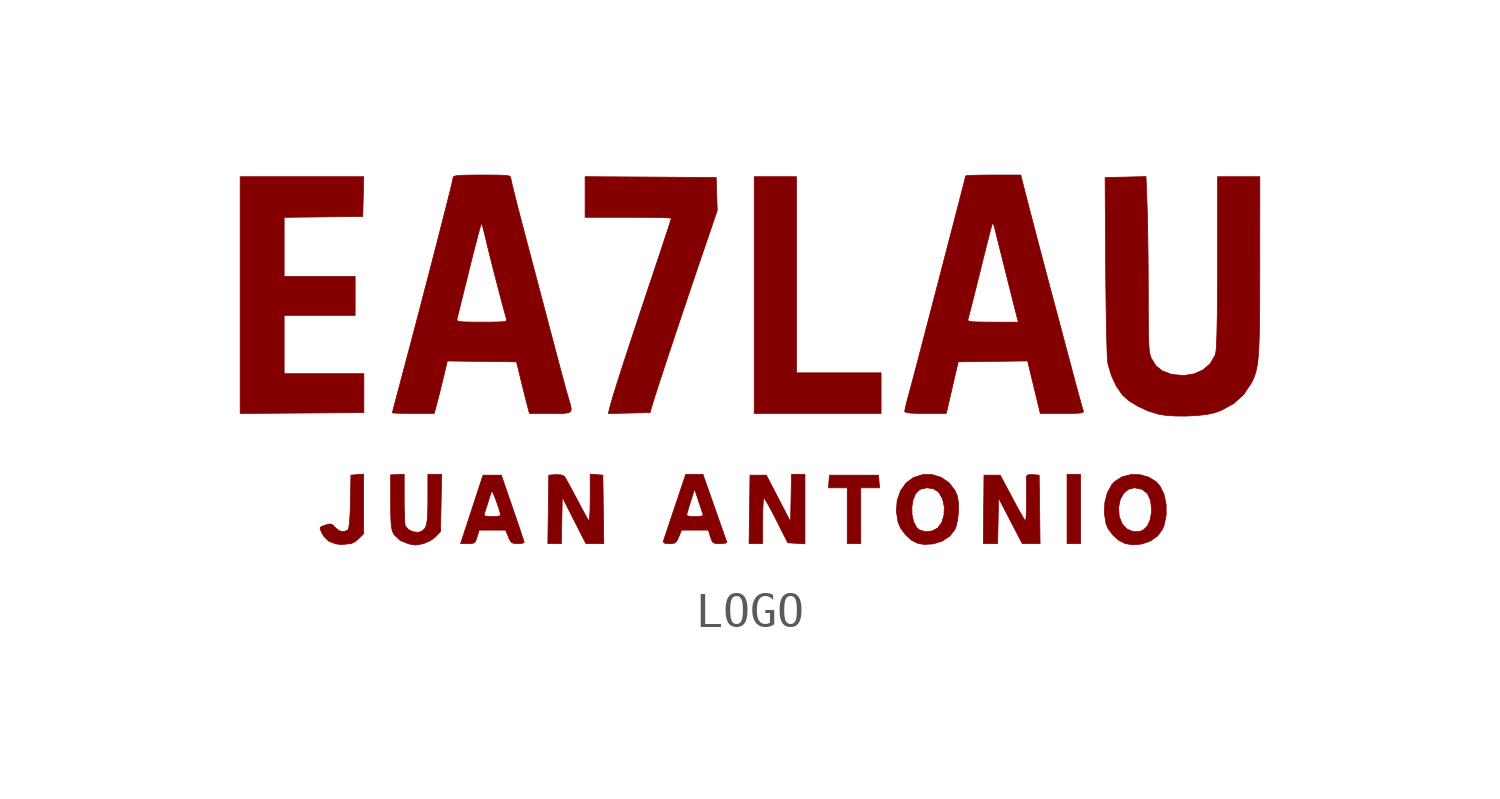
<source format=kicad_sym>
(kicad_symbol_lib
  (version 20220914)
  (generator "bitmap2component")
  (generator_version "9.0")
  (symbol "LOGO"
    (pin_names
      (offset 1.016))
    (property "Reference" "#G"
      (at 0 24.374 0)
      (effects (font (size 1.27 1.27)) hide))
    (symbol "LOGO_0_0"
      (polyline (pts (xy -11.552 -5.931) (xy -11.492 -5.922) (xy -11.365 -5.911) (xy -11.345 -5.908) (xy -11.245 -5.859) (xy -11.133 -5.768) (xy -10.99 -5.625) (xy -10.99 -4.763) (xy -10.99 -3.902) (xy -11.174 -3.917) (xy -11.357 -3.932) (xy -11.37 -4.686) (xy -11.371 -4.748) (xy -11.381 -5.038) (xy -11.396 -5.27) (xy -11.415 -5.429) (xy -11.437 -5.504) (xy -11.454 -5.522) (xy -11.566 -5.566) (xy -11.697 -5.538) (xy -11.816 -5.442) (xy -11.821 -5.435) (xy -11.894 -5.358) (xy -11.968 -5.341) (xy -12.088 -5.372) (xy -12.172 -5.401) (xy -12.243 -5.44) (xy -12.244 -5.499) (xy -12.19 -5.611) (xy -12.134 -5.705) (xy -12 -5.837) (xy -11.808 -5.913) (xy -11.668 -5.934) (xy -11.552 -5.931)) (stroke (width 0.01) (type default)) (fill (type outline)))
      (polyline (pts (xy -9.399 -5.94) (xy -9.258 -5.906) (xy -9.237 -5.9) (xy -9.056 -5.82) (xy -8.907 -5.707) (xy -8.768 -5.562) (xy -8.752 -4.735) (xy -8.737 -3.908) (xy -8.936 -3.908) (xy -9.134 -3.908) (xy -9.134 -4.619) (xy -9.134 -4.71) (xy -9.139 -5.004) (xy -9.152 -5.218) (xy -9.177 -5.367) (xy -9.218 -5.466) (xy -9.278 -5.529) (xy -9.36 -5.571) (xy -9.415 -5.584) (xy -9.564 -5.567) (xy -9.703 -5.499) (xy -9.788 -5.395) (xy -9.792 -5.379) (xy -9.802 -5.273) (xy -9.81 -5.097) (xy -9.816 -4.87) (xy -9.818 -4.612) (xy -9.818 -3.908) (xy -10.014 -3.916) (xy -10.209 -3.924) (xy -10.209 -4.702) (xy -10.209 -4.799) (xy -10.206 -5.085) (xy -10.198 -5.294) (xy -10.183 -5.441) (xy -10.161 -5.543) (xy -10.13 -5.614) (xy -10.098 -5.662) (xy -9.932 -5.819) (xy -9.696 -5.914) (xy -9.581 -5.94) (xy -9.491 -5.951) (xy -9.399 -5.94)) (stroke (width 0.01) (type default)) (fill (type outline)))
      (polyline (pts (xy 5.47 -5.917) (xy 5.725 -5.835) (xy 5.939 -5.696) (xy 6.087 -5.508) (xy 6.127 -5.406) (xy 6.173 -5.192) (xy 6.195 -4.947) (xy 6.191 -4.713) (xy 6.158 -4.528) (xy 6.087 -4.366) (xy 5.915 -4.148) (xy 5.69 -3.996) (xy 5.432 -3.916) (xy 5.158 -3.916) (xy 4.887 -4.004) (xy 4.676 -4.162) (xy 4.518 -4.388) (xy 4.423 -4.663) (xy 4.408 -4.851) (xy 4.846 -4.851) (xy 4.882 -4.639) (xy 4.957 -4.464) (xy 5.073 -4.351) (xy 5.095 -4.34) (xy 5.28 -4.297) (xy 5.466 -4.324) (xy 5.613 -4.416) (xy 5.63 -4.436) (xy 5.735 -4.623) (xy 5.784 -4.849) (xy 5.775 -5.084) (xy 5.712 -5.297) (xy 5.593 -5.458) (xy 5.432 -5.544) (xy 5.239 -5.565) (xy 5.063 -5.513) (xy 4.981 -5.44) (xy 4.896 -5.278) (xy 4.851 -5.073) (xy 4.846 -4.851) (xy 4.408 -4.851) (xy 4.398 -4.969) (xy 4.449 -5.291) (xy 4.522 -5.461) (xy 4.664 -5.655) (xy 4.839 -5.812) (xy 5.021 -5.903) (xy 5.198 -5.933) (xy 5.47 -5.917)) (stroke (width 0.01) (type default)) (fill (type outline)))
      (polyline (pts (xy 11.487 -5.922) (xy 11.736 -5.834) (xy 11.943 -5.69) (xy 12.084 -5.5) (xy 12.131 -5.383) (xy 12.193 -5.087) (xy 12.191 -4.777) (xy 12.13 -4.484) (xy 12.009 -4.24) (xy 11.903 -4.123) (xy 11.687 -3.989) (xy 11.435 -3.919) (xy 11.171 -3.916) (xy 10.918 -3.982) (xy 10.703 -4.119) (xy 10.626 -4.202) (xy 10.496 -4.435) (xy 10.421 -4.718) (xy 10.414 -4.868) (xy 10.819 -4.868) (xy 10.863 -4.645) (xy 10.959 -4.464) (xy 11.098 -4.343) (xy 11.271 -4.298) (xy 11.287 -4.299) (xy 11.499 -4.342) (xy 11.651 -4.463) (xy 11.742 -4.66) (xy 11.772 -4.933) (xy 11.771 -4.975) (xy 11.735 -5.213) (xy 11.652 -5.401) (xy 11.53 -5.518) (xy 11.43 -5.558) (xy 11.24 -5.564) (xy 11.065 -5.49) (xy 10.926 -5.345) (xy 10.841 -5.141) (xy 10.836 -5.115) (xy 10.819 -4.868) (xy 10.414 -4.868) (xy 10.406 -5.027) (xy 10.456 -5.337) (xy 10.51 -5.466) (xy 10.646 -5.654) (xy 10.821 -5.812) (xy 11.003 -5.907) (xy 11.22 -5.944) (xy 11.487 -5.922)) (stroke (width 0.01) (type default)) (fill (type outline)))
      (polyline (pts (xy -7.912 -5.91) (xy -7.81 -5.894) (xy -7.755 -5.838) (xy -7.712 -5.715) (xy -7.653 -5.52) (xy -7.27 -5.52) (xy -6.886 -5.52) (xy -6.808 -5.715) (xy -6.791 -5.758) (xy -6.735 -5.86) (xy -6.664 -5.902) (xy -6.54 -5.91) (xy -6.501 -5.91) (xy -6.394 -5.897) (xy -6.353 -5.874) (xy -6.354 -5.868) (xy -6.378 -5.791) (xy -6.427 -5.64) (xy -6.498 -5.429) (xy -6.585 -5.173) (xy -6.684 -4.885) (xy -7.012 -3.932) (xy -7.277 -3.932) (xy -7.541 -3.932) (xy -7.865 -4.921) (xy -7.913 -5.068) (xy -7.51 -5.068) (xy -7.494 -5.019) (xy -7.454 -4.896) (xy -7.404 -4.738) (xy -7.368 -4.624) (xy -7.322 -4.481) (xy -7.295 -4.396) (xy -7.282 -4.399) (xy -7.245 -4.465) (xy -7.194 -4.583) (xy -7.139 -4.729) (xy -7.088 -4.879) (xy -7.05 -5.008) (xy -7.035 -5.092) (xy -7.052 -5.106) (xy -7.142 -5.122) (xy -7.283 -5.129) (xy -7.397 -5.125) (xy -7.493 -5.106) (xy -7.51 -5.068) (xy -7.913 -5.068) (xy -8.189 -5.91) (xy -7.98 -5.91) (xy -7.912 -5.91)) (stroke (width 0.01) (type default)) (fill (type outline)))
      (polyline (pts (xy -5.265 -5.239) (xy -5.251 -4.567) (xy -4.91 -5.239) (xy -4.569 -5.91) (xy -4.311 -5.91) (xy -4.052 -5.91) (xy -4.066 -4.921) (xy -4.079 -3.932) (xy -4.262 -3.917) (xy -4.445 -3.902) (xy -4.445 -4.598) (xy -4.446 -4.7) (xy -4.45 -4.93) (xy -4.459 -5.109) (xy -4.472 -5.22) (xy -4.487 -5.248) (xy -4.492 -5.242) (xy -4.537 -5.166) (xy -4.616 -5.024) (xy -4.718 -4.835) (xy -4.834 -4.616) (xy -4.86 -4.567) (xy -4.974 -4.35) (xy -5.075 -4.165) (xy -5.15 -4.032) (xy -5.191 -3.966) (xy -5.195 -3.962) (xy -5.288 -3.923) (xy -5.442 -3.917) (xy -5.642 -3.932) (xy -5.655 -4.921) (xy -5.668 -5.91) (xy -5.473 -5.91) (xy -5.278 -5.91) (xy -5.265 -5.239)) (stroke (width 0.01) (type default)) (fill (type outline)))
      (polyline (pts (xy -0.633 -5.909) (xy -0.53 -5.894) (xy -0.497 -5.87) (xy -0.499 -5.863) (xy -0.528 -5.783) (xy -0.583 -5.63) (xy -0.658 -5.416) (xy -0.749 -5.158) (xy -0.851 -4.868) (xy -1.189 -3.908) (xy -1.437 -3.908) (xy -1.685 -3.908) (xy -2 -4.848) (xy -2.02 -4.907) (xy -2.082 -5.092) (xy -1.66 -5.092) (xy -1.659 -5.087) (xy -1.64 -5.01) (xy -1.599 -4.87) (xy -1.544 -4.694) (xy -1.429 -4.333) (xy -1.318 -4.67) (xy -1.314 -4.682) (xy -1.257 -4.855) (xy -1.21 -4.993) (xy -1.184 -5.068) (xy -1.188 -5.096) (xy -1.257 -5.121) (xy -1.411 -5.129) (xy -1.504 -5.126) (xy -1.617 -5.113) (xy -1.66 -5.092) (xy -2.082 -5.092) (xy -2.115 -5.191) (xy -2.199 -5.442) (xy -2.267 -5.645) (xy -2.314 -5.786) (xy -2.335 -5.849) (xy -2.337 -5.862) (xy -2.293 -5.899) (xy -2.16 -5.91) (xy -2.113 -5.91) (xy -2.007 -5.895) (xy -1.944 -5.838) (xy -1.886 -5.715) (xy -1.808 -5.52) (xy -1.419 -5.52) (xy -1.03 -5.52) (xy -0.971 -5.715) (xy -0.948 -5.788) (xy -0.905 -5.872) (xy -0.832 -5.905) (xy -0.697 -5.91) (xy -0.633 -5.909)) (stroke (width 0.01) (type default)) (fill (type outline)))
      (polyline (pts (xy 1.758 -4.912) (xy 1.758 -3.908) (xy 1.564 -3.908) (xy 1.37 -3.908) (xy 1.357 -4.595) (xy 1.343 -5.282) (xy 0.993 -4.607) (xy 0.643 -3.932) (xy 0.407 -3.932) (xy 0.171 -3.932) (xy 0.158 -4.921) (xy 0.144 -5.91) (xy 0.341 -5.91) (xy 0.537 -5.91) (xy 0.537 -5.251) (xy 0.537 -5.183) (xy 0.541 -4.951) (xy 0.549 -4.764) (xy 0.56 -4.639) (xy 0.574 -4.594) (xy 0.584 -4.603) (xy 0.635 -4.68) (xy 0.716 -4.822) (xy 0.82 -5.015) (xy 0.936 -5.241) (xy 1.262 -5.886) (xy 1.51 -5.901) (xy 1.758 -5.915) (xy 1.758 -4.912)) (stroke (width 0.01) (type default)) (fill (type outline)))
      (polyline (pts (xy 3.37 -5.104) (xy 3.37 -4.298) (xy 3.642 -4.298) (xy 3.914 -4.298) (xy 3.898 -4.115) (xy 3.883 -3.932) (xy 3.175 -3.932) (xy 2.467 -3.932) (xy 2.452 -4.115) (xy 2.436 -4.298) (xy 2.708 -4.298) (xy 2.98 -4.298) (xy 2.98 -5.104) (xy 2.98 -5.91) (xy 3.175 -5.91) (xy 3.37 -5.91) (xy 3.37 -5.104)) (stroke (width 0.01) (type default)) (fill (type outline)))
      (polyline (pts (xy 7.338 -5.25) (xy 7.351 -4.59) (xy 7.693 -5.25) (xy 8.035 -5.909) (xy 8.293 -5.91) (xy 8.55 -5.91) (xy 8.537 -4.921) (xy 8.524 -3.932) (xy 8.341 -3.917) (xy 8.324 -3.916) (xy 8.197 -3.922) (xy 8.155 -3.966) (xy 8.155 -3.97) (xy 8.154 -4.053) (xy 8.155 -4.21) (xy 8.155 -4.42) (xy 8.157 -4.663) (xy 8.158 -4.715) (xy 8.155 -4.939) (xy 8.148 -5.115) (xy 8.137 -5.227) (xy 8.123 -5.258) (xy 8.112 -5.243) (xy 8.059 -5.154) (xy 7.973 -5.003) (xy 7.864 -4.805) (xy 7.742 -4.576) (xy 7.399 -3.932) (xy 7.165 -3.932) (xy 6.93 -3.932) (xy 6.921 -4.921) (xy 6.912 -5.91) (xy 7.118 -5.91) (xy 7.324 -5.91) (xy 7.338 -5.25)) (stroke (width 0.01) (type default)) (fill (type outline)))
      (polyline (pts (xy 9.72 -4.909) (xy 9.72 -3.908) (xy 9.525 -3.908) (xy 9.33 -3.908) (xy 9.33 -4.909) (xy 9.33 -5.91) (xy 9.525 -5.91) (xy 9.72 -5.91) (xy 9.72 -4.909)) (stroke (width 0.01) (type default)) (fill (type outline)))
      (polyline (pts (xy 13.101 -2.208) (xy 13.383 -2.176) (xy 13.6 -2.128) (xy 13.784 -2.06) (xy 14.145 -1.862) (xy 14.436 -1.597) (xy 14.657 -1.263) (xy 14.672 -1.234) (xy 14.72 -1.131) (xy 14.761 -1.024) (xy 14.794 -0.904) (xy 14.822 -0.764) (xy 14.845 -0.594) (xy 14.862 -0.386) (xy 14.875 -0.131) (xy 14.884 0.178) (xy 14.891 0.551) (xy 14.895 0.996) (xy 14.896 1.522) (xy 14.897 2.137) (xy 14.898 4.689) (xy 14.287 4.689) (xy 13.677 4.689) (xy 13.677 2.235) (xy 13.676 1.666) (xy 13.673 1.077) (xy 13.667 0.585) (xy 13.659 0.19) (xy 13.649 -0.108) (xy 13.637 -0.309) (xy 13.622 -0.414) (xy 13.599 -0.484) (xy 13.463 -0.714) (xy 13.259 -0.89) (xy 13.001 -1.006) (xy 12.705 -1.054) (xy 12.385 -1.026) (xy 12.341 -1.017) (xy 12.086 -0.924) (xy 11.901 -0.778) (xy 11.767 -0.566) (xy 11.763 -0.556) (xy 11.739 -0.494) (xy 11.72 -0.421) (xy 11.705 -0.326) (xy 11.694 -0.197) (xy 11.686 -0.025) (xy 11.681 0.202) (xy 11.678 0.495) (xy 11.676 0.863) (xy 11.675 1.319) (xy 11.675 1.509) (xy 11.673 1.96) (xy 11.669 2.413) (xy 11.664 2.849) (xy 11.657 3.246) (xy 11.65 3.586) (xy 11.642 3.848) (xy 11.61 4.692) (xy 11.019 4.678) (xy 10.429 4.665) (xy 10.445 2.125) (xy 10.445 1.983) (xy 10.45 1.49) (xy 10.456 1.022) (xy 10.462 0.589) (xy 10.47 0.202) (xy 10.478 -0.128) (xy 10.487 -0.392) (xy 10.496 -0.579) (xy 10.505 -0.679) (xy 10.514 -0.726) (xy 10.61 -1.053) (xy 10.755 -1.364) (xy 10.932 -1.619) (xy 11.12 -1.785) (xy 11.378 -1.944) (xy 11.673 -2.079) (xy 11.975 -2.172) (xy 12.179 -2.205) (xy 12.467 -2.224) (xy 12.785 -2.225) (xy 13.101 -2.208)) (stroke (width 0.01) (type default)) (fill (type outline)))
      (polyline (pts (xy -12.77 -2.138) (xy -10.983 -2.125) (xy -10.983 -1.563) (xy -10.983 -1.001) (xy -12.135 -1.001) (xy -13.286 -1.001) (xy -13.286 -0.159) (xy -13.286 0.684) (xy -12.26 0.684) (xy -11.235 0.684) (xy -11.235 1.246) (xy -11.235 1.807) (xy -12.26 1.807) (xy -13.286 1.807) (xy -13.286 2.661) (xy -13.286 3.515) (xy -12.15 3.528) (xy -11.015 3.541) (xy -11.001 4.115) (xy -10.987 4.689) (xy -12.772 4.689) (xy -14.556 4.689) (xy -14.556 1.269) (xy -14.556 -2.15) (xy -12.77 -2.138)) (stroke (width 0.01) (type default)) (fill (type outline)))
      (polyline (pts (xy -5.196 -2.146) (xy -5.068 -2.129) (xy -5.005 -2.087) (xy -4.993 -2.009) (xy -5.02 -1.884) (xy -5.075 -1.702) (xy -5.111 -1.577) (xy -5.168 -1.369) (xy -5.241 -1.1) (xy -5.326 -0.783) (xy -5.418 -0.435) (xy -5.514 -0.073) (xy -5.538 0.018) (xy -5.646 0.429) (xy -5.771 0.902) (xy -5.905 1.412) (xy -6.043 1.933) (xy -6.177 2.44) (xy -6.3 2.906) (xy -6.388 3.241) (xy -6.484 3.607) (xy -6.569 3.937) (xy -6.639 4.218) (xy -6.694 4.438) (xy -6.728 4.587) (xy -6.74 4.653) (xy -6.742 4.669) (xy -6.76 4.696) (xy -6.807 4.715) (xy -6.899 4.727) (xy -7.048 4.734) (xy -7.267 4.737) (xy -7.571 4.738) (xy -7.722 4.738) (xy -7.997 4.735) (xy -8.191 4.728) (xy -8.316 4.716) (xy -8.382 4.698) (xy -8.402 4.673) (xy -8.414 4.611) (xy -8.448 4.463) (xy -8.503 4.238) (xy -8.576 3.946) (xy -8.665 3.594) (xy -8.768 3.192) (xy -8.881 2.749) (xy -9.004 2.274) (xy -9.133 1.775) (xy -9.267 1.262) (xy -9.402 0.742) (xy -9.455 0.541) (xy -8.295 0.541) (xy -8.293 0.574) (xy -8.292 0.579) (xy -8.272 0.662) (xy -8.231 0.824) (xy -8.175 1.054) (xy -8.104 1.337) (xy -8.024 1.661) (xy -7.937 2.014) (xy -7.918 2.092) (xy -7.833 2.432) (xy -7.755 2.735) (xy -7.688 2.99) (xy -7.635 3.186) (xy -7.599 3.309) (xy -7.583 3.35) (xy -7.573 3.323) (xy -7.543 3.218) (xy -7.501 3.054) (xy -7.452 2.85) (xy -7.421 2.718) (xy -7.362 2.479) (xy -7.292 2.201) (xy -7.216 1.901) (xy -7.137 1.595) (xy -7.06 1.301) (xy -6.99 1.035) (xy -6.93 0.813) (xy -6.885 0.653) (xy -6.86 0.571) (xy -6.858 0.566) (xy -6.856 0.536) (xy -6.885 0.514) (xy -6.958 0.501) (xy -7.087 0.493) (xy -7.287 0.489) (xy -7.572 0.488) (xy -7.636 0.488) (xy -7.902 0.49) (xy -8.088 0.494) (xy -8.206 0.503) (xy -8.27 0.518) (xy -8.295 0.541) (xy -9.455 0.541) (xy -9.538 0.226) (xy -9.671 -0.278) (xy -9.799 -0.761) (xy -9.92 -1.215) (xy -9.924 -1.232) (xy -9.999 -1.511) (xy -10.063 -1.756) (xy -10.114 -1.95) (xy -10.148 -2.08) (xy -10.16 -2.131) (xy -10.16 -2.132) (xy -10.106 -2.139) (xy -9.975 -2.144) (xy -9.785 -2.148) (xy -9.555 -2.149) (xy -8.95 -2.149) (xy -8.85 -1.771) (xy -8.792 -1.546) (xy -8.722 -1.265) (xy -8.661 -1.013) (xy -8.572 -0.634) (xy -7.573 -0.647) (xy -6.573 -0.659) (xy -6.443 -1.197) (xy -6.399 -1.374) (xy -6.341 -1.608) (xy -6.291 -1.807) (xy -6.256 -1.942) (xy -6.2 -2.149) (xy -5.591 -2.149) (xy -5.401 -2.15) (xy -5.196 -2.146)) (stroke (width 0.01) (type default)) (fill (type outline)))
      (polyline (pts (xy -3.317 -2.139) (xy -2.715 -2.125) (xy -2.667 -1.954) (xy -2.636 -1.851) (xy -2.574 -1.653) (xy -2.487 -1.382) (xy -2.379 -1.05) (xy -2.253 -0.666) (xy -2.112 -0.242) (xy -1.961 0.212) (xy -1.803 0.686) (xy -1.641 1.167) (xy -1.479 1.647) (xy -1.321 2.114) (xy -0.775 3.714) (xy -0.791 4.189) (xy -0.806 4.665) (xy -2.699 4.678) (xy -4.592 4.69) (xy -4.592 4.104) (xy -4.592 3.517) (xy -3.346 3.517) (xy -3.052 3.516) (xy -2.744 3.514) (xy -2.482 3.509) (xy -2.279 3.504) (xy -2.147 3.497) (xy -2.1 3.49) (xy -2.111 3.454) (xy -2.149 3.333) (xy -2.213 3.137) (xy -2.3 2.875) (xy -2.405 2.557) (xy -2.527 2.19) (xy -2.662 1.786) (xy -2.807 1.353) (xy -2.965 0.879) (xy -3.189 0.203) (xy -3.384 -0.39) (xy -3.549 -0.896) (xy -3.682 -1.316) (xy -3.785 -1.648) (xy -3.856 -1.89) (xy -3.895 -2.041) (xy -3.92 -2.152) (xy -3.317 -2.139)) (stroke (width 0.01) (type default)) (fill (type outline)))
      (polyline (pts (xy 3.957 -1.563) (xy 3.957 -0.977) (xy 2.735 -0.977) (xy 1.514 -0.977) (xy 1.514 1.856) (xy 1.514 4.689) (xy 0.904 4.689) (xy 0.293 4.689) (xy 0.293 1.27) (xy 0.293 -2.149) (xy 2.125 -2.149) (xy 3.957 -2.149) (xy 3.957 -1.563)) (stroke (width 0.01) (type default)) (fill (type outline)))
      (polyline (pts (xy 5.979 -1.551) (xy 5.979 -1.55) (xy 6.035 -1.306) (xy 6.086 -1.085) (xy 6.127 -0.91) (xy 6.151 -0.806) (xy 6.185 -0.659) (xy 7.187 -0.646) (xy 8.19 -0.633) (xy 8.373 -1.391) (xy 8.556 -2.149) (xy 9.192 -2.149) (xy 9.395 -2.149) (xy 9.591 -2.146) (xy 9.714 -2.137) (xy 9.78 -2.123) (xy 9.802 -2.099) (xy 9.796 -2.064) (xy 9.795 -2.063) (xy 9.772 -1.988) (xy 9.729 -1.835) (xy 9.67 -1.621) (xy 9.599 -1.362) (xy 9.522 -1.075) (xy 9.521 -1.071) (xy 9.444 -0.779) (xy 9.347 -0.415) (xy 9.237 -0.003) (xy 9.121 0.435) (xy 9.003 0.875) (xy 8.891 1.294) (xy 8.782 1.707) (xy 8.662 2.159) (xy 8.542 2.613) (xy 8.429 3.046) (xy 8.328 3.432) (xy 8.246 3.749) (xy 7.991 4.738) (xy 7.195 4.738) (xy 7.008 4.737) (xy 6.766 4.734) (xy 6.573 4.728) (xy 6.445 4.72) (xy 6.399 4.711) (xy 6.398 4.706) (xy 6.381 4.634) (xy 6.344 4.484) (xy 6.29 4.273) (xy 6.224 4.014) (xy 6.148 3.722) (xy 6.108 3.569) (xy 6.013 3.201) (xy 5.903 2.781) (xy 5.788 2.337) (xy 5.674 1.897) (xy 5.568 1.49) (xy 5.397 0.833) (xy 5.326 0.558) (xy 6.464 0.558) (xy 6.465 0.56) (xy 6.484 0.63) (xy 6.524 0.782) (xy 6.58 1.001) (xy 6.65 1.276) (xy 6.729 1.593) (xy 6.815 1.938) (xy 6.821 1.962) (xy 6.906 2.307) (xy 6.985 2.622) (xy 7.054 2.893) (xy 7.109 3.109) (xy 7.148 3.256) (xy 7.166 3.322) (xy 7.176 3.336) (xy 7.206 3.31) (xy 7.241 3.199) (xy 7.248 3.17) (xy 7.287 3.011) (xy 7.342 2.791) (xy 7.408 2.524) (xy 7.483 2.226) (xy 7.561 1.913) (xy 7.639 1.601) (xy 7.714 1.305) (xy 7.78 1.041) (xy 7.835 0.825) (xy 7.874 0.672) (xy 7.893 0.598) (xy 7.925 0.488) (xy 7.181 0.488) (xy 6.995 0.489) (xy 6.76 0.492) (xy 6.602 0.499) (xy 6.509 0.512) (xy 6.467 0.531) (xy 6.464 0.558) (xy 5.326 0.558) (xy 5.232 0.198) (xy 5.089 -0.348) (xy 4.969 -0.806) (xy 4.87 -1.18) (xy 4.792 -1.472) (xy 4.734 -1.684) (xy 4.731 -1.696) (xy 4.685 -1.872) (xy 4.653 -2.012) (xy 4.64 -2.087) (xy 4.643 -2.097) (xy 4.687 -2.122) (xy 4.793 -2.138) (xy 4.974 -2.147) (xy 5.241 -2.149) (xy 5.841 -2.149) (xy 5.979 -1.551)) (stroke (width 0.01) (type default)) (fill (type outline))))))
</source>
